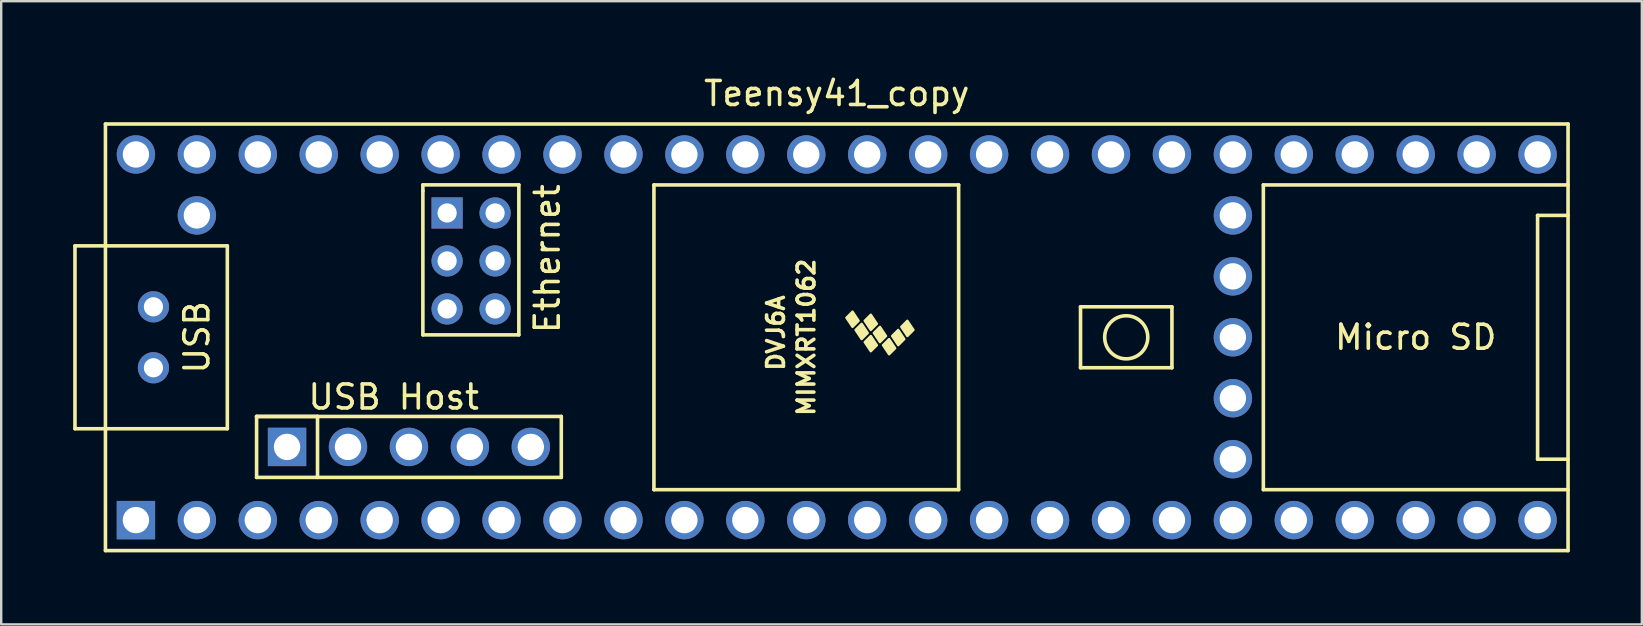
<source format=kicad_pcb>
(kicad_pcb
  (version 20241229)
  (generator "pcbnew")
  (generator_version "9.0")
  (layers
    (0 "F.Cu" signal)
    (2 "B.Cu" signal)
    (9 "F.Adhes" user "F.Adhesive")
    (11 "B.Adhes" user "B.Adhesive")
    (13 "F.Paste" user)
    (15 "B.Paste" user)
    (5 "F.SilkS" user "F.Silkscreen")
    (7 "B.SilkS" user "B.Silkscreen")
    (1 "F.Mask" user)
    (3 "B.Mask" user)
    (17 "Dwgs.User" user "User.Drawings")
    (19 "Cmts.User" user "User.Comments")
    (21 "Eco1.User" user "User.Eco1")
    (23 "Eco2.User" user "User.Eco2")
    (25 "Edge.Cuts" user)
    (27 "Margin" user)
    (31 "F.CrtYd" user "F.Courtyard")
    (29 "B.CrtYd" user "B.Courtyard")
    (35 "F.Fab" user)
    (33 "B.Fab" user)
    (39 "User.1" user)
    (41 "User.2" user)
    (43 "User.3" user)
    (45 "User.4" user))
  (footprint "Teensy41_copy"
    (layer "F.Cu")
    (at 31.825 11.008)
    (property "Reference" "Teensy41_copy" (at 0 -10.16 0) (layer "F.SilkS") (effects (font (size 1 1) (thickness 0.15))))
    (attr through_hole)
    (fp_line (start -31.75 -3.81) (end -30.48 -3.81) (stroke (width 0.15) (type solid)) (layer "F.SilkS"))
    (fp_line (start -31.75 3.81) (end -31.75 -3.81) (stroke (width 0.15) (type solid)) (layer "F.SilkS"))
    (fp_line (start -30.48 -8.89) (end 30.48 -8.89) (stroke (width 0.15) (type solid)) (layer "F.SilkS"))
    (fp_line (start -30.48 3.81) (end -31.75 3.81) (stroke (width 0.15) (type solid)) (layer "F.SilkS"))
    (fp_line (start -30.48 8.89) (end -30.48 -8.89) (stroke (width 0.15) (type solid)) (layer "F.SilkS"))
    (fp_line (start -25.4 -3.81) (end -30.48 -3.81) (stroke (width 0.15) (type solid)) (layer "F.SilkS"))
    (fp_line (start -25.4 3.81) (end -30.48 3.81) (stroke (width 0.15) (type solid)) (layer "F.SilkS"))
    (fp_line (start -25.4 3.81) (end -25.4 -3.81) (stroke (width 0.15) (type solid)) (layer "F.SilkS"))
    (fp_line (start -24.181 3.299) (end -21.641 3.299) (stroke (width 0.15) (type solid)) (layer "F.SilkS"))
    (fp_line (start -24.181 3.299) (end -11.481 3.299) (stroke (width 0.15) (type solid)) (layer "F.SilkS"))
    (fp_line (start -24.181 5.839) (end -24.181 3.299) (stroke (width 0.15) (type solid)) (layer "F.SilkS"))
    (fp_line (start -21.641 3.299) (end -21.641 5.839) (stroke (width 0.15) (type solid)) (layer "F.SilkS"))
    (fp_line (start -17.25 -6.352) (end -17.25 -6.102) (stroke (width 0.15) (type solid)) (layer "F.SilkS"))
    (fp_line (start -17.25 -6.102) (end -17.25 -0.102) (stroke (width 0.15) (type solid)) (layer "F.SilkS"))
    (fp_line (start -17.25 -0.102) (end -13.25 -0.102) (stroke (width 0.15) (type solid)) (layer "F.SilkS"))
    (fp_line (start -13.25 -6.352) (end -17.25 -6.352) (stroke (width 0.15) (type solid)) (layer "F.SilkS"))
    (fp_line (start -13.25 -0.102) (end -13.25 -6.352) (stroke (width 0.15) (type solid)) (layer "F.SilkS"))
    (fp_line (start -11.481 3.299) (end -11.481 5.839) (stroke (width 0.15) (type solid)) (layer "F.SilkS"))
    (fp_line (start -11.481 5.839) (end -24.181 5.839) (stroke (width 0.15) (type solid)) (layer "F.SilkS"))
    (fp_line (start -7.62 -6.35) (end -7.62 6.35) (stroke (width 0.15) (type solid)) (layer "F.SilkS"))
    (fp_line (start -7.62 6.35) (end 5.08 6.35) (stroke (width 0.15) (type solid)) (layer "F.SilkS"))
    (fp_line (start 5.08 -6.35) (end -7.62 -6.35) (stroke (width 0.15) (type solid)) (layer "F.SilkS"))
    (fp_line (start 5.08 6.35) (end 5.08 -6.35) (stroke (width 0.15) (type solid)) (layer "F.SilkS"))
    (fp_line (start 10.16 -1.27) (end 13.97 -1.27) (stroke (width 0.15) (type solid)) (layer "F.SilkS"))
    (fp_line (start 10.16 1.27) (end 10.16 -1.27) (stroke (width 0.15) (type solid)) (layer "F.SilkS"))
    (fp_line (start 13.97 -1.27) (end 13.97 1.27) (stroke (width 0.15) (type solid)) (layer "F.SilkS"))
    (fp_line (start 13.97 1.27) (end 10.16 1.27) (stroke (width 0.15) (type solid)) (layer "F.SilkS"))
    (fp_line (start 17.78 -6.35) (end 17.78 6.35) (stroke (width 0.15) (type solid)) (layer "F.SilkS"))
    (fp_line (start 17.78 6.35) (end 30.48 6.35) (stroke (width 0.15) (type solid)) (layer "F.SilkS"))
    (fp_line (start 29.21 -5.08) (end 29.21 5.08) (stroke (width 0.15) (type solid)) (layer "F.SilkS"))
    (fp_line (start 29.21 5.08) (end 30.48 5.08) (stroke (width 0.15) (type solid)) (layer "F.SilkS"))
    (fp_line (start 30.48 -8.89) (end 30.48 8.89) (stroke (width 0.15) (type solid)) (layer "F.SilkS"))
    (fp_line (start 30.48 -6.35) (end 17.78 -6.35) (stroke (width 0.15) (type solid)) (layer "F.SilkS"))
    (fp_line (start 30.48 -5.08) (end 29.21 -5.08) (stroke (width 0.15) (type solid)) (layer "F.SilkS"))
    (fp_line (start 30.48 8.89) (end -30.48 8.89) (stroke (width 0.15) (type solid)) (layer "F.SilkS"))
    (fp_circle (center 12.065 0) (end 12.7 -0.635) (stroke (width 0.15) (type solid)) (fill no) (layer "F.SilkS"))
    (fp_poly (pts (xy 0.911 -0.688) (xy 0.657 -0.434) (xy 0.403 -0.815) (xy 0.657 -1.069)) (stroke (width 0.1) (type solid)) (fill yes) (layer "F.SilkS"))
    (fp_poly (pts (xy 1.292 -0.18) (xy 1.038 0.074) (xy 0.784 -0.307) (xy 1.038 -0.561)) (stroke (width 0.1) (type solid)) (fill yes) (layer "F.SilkS"))
    (fp_poly (pts (xy 1.673 -0.561) (xy 1.419 -0.307) (xy 1.165 -0.688) (xy 1.419 -0.942)) (stroke (width 0.1) (type solid)) (fill yes) (layer "F.SilkS"))
    (fp_poly (pts (xy 1.673 0.328) (xy 1.419 0.582) (xy 1.165 0.201) (xy 1.419 -0.053)) (stroke (width 0.1) (type solid)) (fill yes) (layer "F.SilkS"))
    (fp_poly (pts (xy 2.054 -0.053) (xy 1.8 0.201) (xy 1.546 -0.18) (xy 1.8 -0.434)) (stroke (width 0.1) (type solid)) (fill yes) (layer "F.SilkS"))
    (fp_poly (pts (xy 2.435 0.455) (xy 2.181 0.709) (xy 1.927 0.328) (xy 2.181 0.074)) (stroke (width 0.1) (type solid)) (fill yes) (layer "F.SilkS"))
    (fp_poly (pts (xy 2.816 0.074) (xy 2.562 0.328) (xy 2.308 -0.053) (xy 2.562 -0.307)) (stroke (width 0.1) (type solid)) (fill yes) (layer "F.SilkS"))
    (fp_poly (pts (xy 3.197 -0.307) (xy 2.943 -0.053) (xy 2.689 -0.434) (xy 2.943 -0.688)) (stroke (width 0.1) (type solid)) (fill yes) (layer "F.SilkS"))
    (fp_text user "Micro SD" (at 24.13 0 0) (layer "F.SilkS") (effects (font (size 1 1) (thickness 0.15))))
    (fp_text user "DVJ6A" (at -2.54 -0.18 270) (layer "F.SilkS") (effects (font (size 0.7 0.7) (thickness 0.15))))
    (fp_text user "MIMXRT1062" (at -1.27 0 270) (layer "F.SilkS") (effects (font (size 0.7 0.7) (thickness 0.15))))
    (fp_text user "Ethernet" (at -12.065 -3.277 90) (layer "F.SilkS") (effects (font (size 1 1) (thickness 0.15))))
    (fp_text user "USB" (at -26.67 0 270) (layer "F.SilkS") (effects (font (size 1 1) (thickness 0.15))))
    (fp_text user "USB Host" (at -18.466 2.489 0) (layer "F.SilkS") (effects (font (size 1 1) (thickness 0.15))))
    (pad "1" thru_hole rect (at -29.21 7.62) (size 1.6 1.6) (drill 1.1) (layers "*.Cu" "*.Mask"))
    (pad "2" thru_hole circle (at -26.67 7.62) (size 1.6 1.6) (drill 1.1) (layers "*.Cu" "*.Mask"))
    (pad "3" thru_hole circle (at -24.13 7.62) (size 1.6 1.6) (drill 1.1) (layers "*.Cu" "*.Mask"))
    (pad "4" thru_hole circle (at -21.59 7.62) (size 1.6 1.6) (drill 1.1) (layers "*.Cu" "*.Mask"))
    (pad "5" thru_hole circle (at -19.05 7.62) (size 1.6 1.6) (drill 1.1) (layers "*.Cu" "*.Mask"))
    (pad "6" thru_hole circle (at -16.51 7.62) (size 1.6 1.6) (drill 1.1) (layers "*.Cu" "*.Mask"))
    (pad "7" thru_hole circle (at -13.97 7.62) (size 1.6 1.6) (drill 1.1) (layers "*.Cu" "*.Mask"))
    (pad "8" thru_hole circle (at -11.43 7.62) (size 1.6 1.6) (drill 1.1) (layers "*.Cu" "*.Mask"))
    (pad "9" thru_hole circle (at -8.89 7.62) (size 1.6 1.6) (drill 1.1) (layers "*.Cu" "*.Mask"))
    (pad "10" thru_hole circle (at -6.35 7.62) (size 1.6 1.6) (drill 1.1) (layers "*.Cu" "*.Mask"))
    (pad "11" thru_hole circle (at -3.81 7.62) (size 1.6 1.6) (drill 1.1) (layers "*.Cu" "*.Mask"))
    (pad "12" thru_hole circle (at -1.27 7.62) (size 1.6 1.6) (drill 1.1) (layers "*.Cu" "*.Mask"))
    (pad "13" thru_hole circle (at 1.27 7.62) (size 1.6 1.6) (drill 1.1) (layers "*.Cu" "*.Mask"))
    (pad "14" thru_hole circle (at 3.81 7.62) (size 1.6 1.6) (drill 1.1) (layers "*.Cu" "*.Mask"))
    (pad "15" thru_hole circle (at 6.35 7.62) (size 1.6 1.6) (drill 1.1) (layers "*.Cu" "*.Mask"))
    (pad "16" thru_hole circle (at 8.89 7.62) (size 1.6 1.6) (drill 1.1) (layers "*.Cu" "*.Mask"))
    (pad "17" thru_hole circle (at 11.43 7.62) (size 1.6 1.6) (drill 1.1) (layers "*.Cu" "*.Mask"))
    (pad "18" thru_hole circle (at 13.97 7.62) (size 1.6 1.6) (drill 1.1) (layers "*.Cu" "*.Mask"))
    (pad "19" thru_hole circle (at 16.51 7.62) (size 1.6 1.6) (drill 1.1) (layers "*.Cu" "*.Mask"))
    (pad "20" thru_hole circle (at 19.05 7.62) (size 1.6 1.6) (drill 1.1) (layers "*.Cu" "*.Mask"))
    (pad "21" thru_hole circle (at 21.59 7.62) (size 1.6 1.6) (drill 1.1) (layers "*.Cu" "*.Mask"))
    (pad "22" thru_hole circle (at 24.13 7.62) (size 1.6 1.6) (drill 1.1) (layers "*.Cu" "*.Mask"))
    (pad "23" thru_hole circle (at 26.67 7.62) (size 1.6 1.6) (drill 1.1) (layers "*.Cu" "*.Mask"))
    (pad "24" thru_hole circle (at 29.21 7.62) (size 1.6 1.6) (drill 1.1) (layers "*.Cu" "*.Mask"))
    (pad "25" thru_hole circle (at 29.21 -7.62) (size 1.6 1.6) (drill 1.1) (layers "*.Cu" "*.Mask"))
    (pad "26" thru_hole circle (at 26.67 -7.62) (size 1.6 1.6) (drill 1.1) (layers "*.Cu" "*.Mask"))
    (pad "27" thru_hole circle (at 24.13 -7.62) (size 1.6 1.6) (drill 1.1) (layers "*.Cu" "*.Mask"))
    (pad "28" thru_hole circle (at 21.59 -7.62) (size 1.6 1.6) (drill 1.1) (layers "*.Cu" "*.Mask"))
    (pad "29" thru_hole circle (at 19.05 -7.62) (size 1.6 1.6) (drill 1.1) (layers "*.Cu" "*.Mask"))
    (pad "30" thru_hole circle (at 16.51 -7.62) (size 1.6 1.6) (drill 1.1) (layers "*.Cu" "*.Mask"))
    (pad "31" thru_hole circle (at 13.97 -7.62) (size 1.6 1.6) (drill 1.1) (layers "*.Cu" "*.Mask"))
    (pad "32" thru_hole circle (at 11.43 -7.62) (size 1.6 1.6) (drill 1.1) (layers "*.Cu" "*.Mask"))
    (pad "33" thru_hole circle (at 8.89 -7.62) (size 1.6 1.6) (drill 1.1) (layers "*.Cu" "*.Mask"))
    (pad "34" thru_hole circle (at 6.35 -7.62) (size 1.6 1.6) (drill 1.1) (layers "*.Cu" "*.Mask"))
    (pad "35" thru_hole circle (at 3.81 -7.62) (size 1.6 1.6) (drill 1.1) (layers "*.Cu" "*.Mask"))
    (pad "36" thru_hole circle (at 1.27 -7.62) (size 1.6 1.6) (drill 1.1) (layers "*.Cu" "*.Mask"))
    (pad "37" thru_hole circle (at -1.27 -7.62) (size 1.6 1.6) (drill 1.1) (layers "*.Cu" "*.Mask"))
    (pad "38" thru_hole circle (at -3.81 -7.62) (size 1.6 1.6) (drill 1.1) (layers "*.Cu" "*.Mask"))
    (pad "39" thru_hole circle (at -6.35 -7.62) (size 1.6 1.6) (drill 1.1) (layers "*.Cu" "*.Mask"))
    (pad "40" thru_hole circle (at -8.89 -7.62) (size 1.6 1.6) (drill 1.1) (layers "*.Cu" "*.Mask"))
    (pad "41" thru_hole circle (at -11.43 -7.62) (size 1.6 1.6) (drill 1.1) (layers "*.Cu" "*.Mask"))
    (pad "42" thru_hole circle (at -13.97 -7.62) (size 1.6 1.6) (drill 1.1) (layers "*.Cu" "*.Mask"))
    (pad "43" thru_hole circle (at -16.51 -7.62) (size 1.6 1.6) (drill 1.1) (layers "*.Cu" "*.Mask"))
    (pad "44" thru_hole circle (at -19.05 -7.62) (size 1.6 1.6) (drill 1.1) (layers "*.Cu" "*.Mask"))
    (pad "45" thru_hole circle (at -21.59 -7.62) (size 1.6 1.6) (drill 1.1) (layers "*.Cu" "*.Mask"))
    (pad "46" thru_hole circle (at -24.13 -7.62) (size 1.6 1.6) (drill 1.1) (layers "*.Cu" "*.Mask"))
    (pad "47" thru_hole circle (at -26.67 -7.62) (size 1.6 1.6) (drill 1.1) (layers "*.Cu" "*.Mask"))
    (pad "48" thru_hole circle (at -29.21 -7.62) (size 1.6 1.6) (drill 1.1) (layers "*.Cu" "*.Mask"))
    (pad "49" thru_hole circle (at -26.67 -5.08) (size 1.6 1.6) (drill 1.1) (layers "*.Cu" "*.Mask"))
    (pad "50" thru_hole circle (at 16.51 5.08) (size 1.6 1.6) (drill 1.1) (layers "*.Cu" "*.Mask"))
    (pad "51" thru_hole circle (at 16.51 2.54) (size 1.6 1.6) (drill 1.1) (layers "*.Cu" "*.Mask"))
    (pad "52" thru_hole circle (at 16.51 0) (size 1.6 1.6) (drill 1.1) (layers "*.Cu" "*.Mask"))
    (pad "53" thru_hole circle (at 16.51 -2.54) (size 1.6 1.6) (drill 1.1) (layers "*.Cu" "*.Mask"))
    (pad "54" thru_hole circle (at 16.51 -5.08) (size 1.6 1.6) (drill 1.1) (layers "*.Cu" "*.Mask"))
    (pad "55" thru_hole rect (at -22.911 4.569) (size 1.6 1.6) (drill 1.1) (layers "*.Cu" "*.Mask"))
    (pad "56" thru_hole circle (at -20.371 4.569) (size 1.6 1.6) (drill 1.1) (layers "*.Cu" "*.Mask"))
    (pad "57" thru_hole circle (at -17.831 4.569) (size 1.6 1.6) (drill 1.1) (layers "*.Cu" "*.Mask"))
    (pad "58" thru_hole circle (at -15.291 4.569) (size 1.6 1.6) (drill 1.1) (layers "*.Cu" "*.Mask"))
    (pad "59" thru_hole circle (at -12.751 4.569) (size 1.6 1.6) (drill 1.1) (layers "*.Cu" "*.Mask"))
    (pad "60" thru_hole rect (at -16.24 -5.182) (size 1.3 1.3) (drill 0.8) (layers "*.Cu" "*.Mask"))
    (pad "61" thru_hole circle (at -16.24 -3.182) (size 1.3 1.3) (drill 0.8) (layers "*.Cu" "*.Mask"))
    (pad "62" thru_hole circle (at -16.24 -1.182) (size 1.3 1.3) (drill 0.8) (layers "*.Cu" "*.Mask"))
    (pad "63" thru_hole circle (at -14.24 -1.182) (size 1.3 1.3) (drill 0.8) (layers "*.Cu" "*.Mask"))
    (pad "64" thru_hole circle (at -14.24 -3.182) (size 1.3 1.3) (drill 0.8) (layers "*.Cu" "*.Mask"))
    (pad "65" thru_hole circle (at -14.24 -5.182) (size 1.3 1.3) (drill 0.8) (layers "*.Cu" "*.Mask"))
    (pad "66" thru_hole circle (at -28.48 1.27) (size 1.3 1.3) (drill 0.8) (layers "*.Cu" "*.Mask"))
    (pad "67" thru_hole circle (at -28.48 -1.27) (size 1.3 1.3) (drill 0.8) (layers "*.Cu" "*.Mask")))
  (gr_rect
    (start -3 -3)
    (end 65.38 22.973)
    (stroke (width 0.1) (type default))
    (fill no)
    (layer "Edge.Cuts")))
</source>
